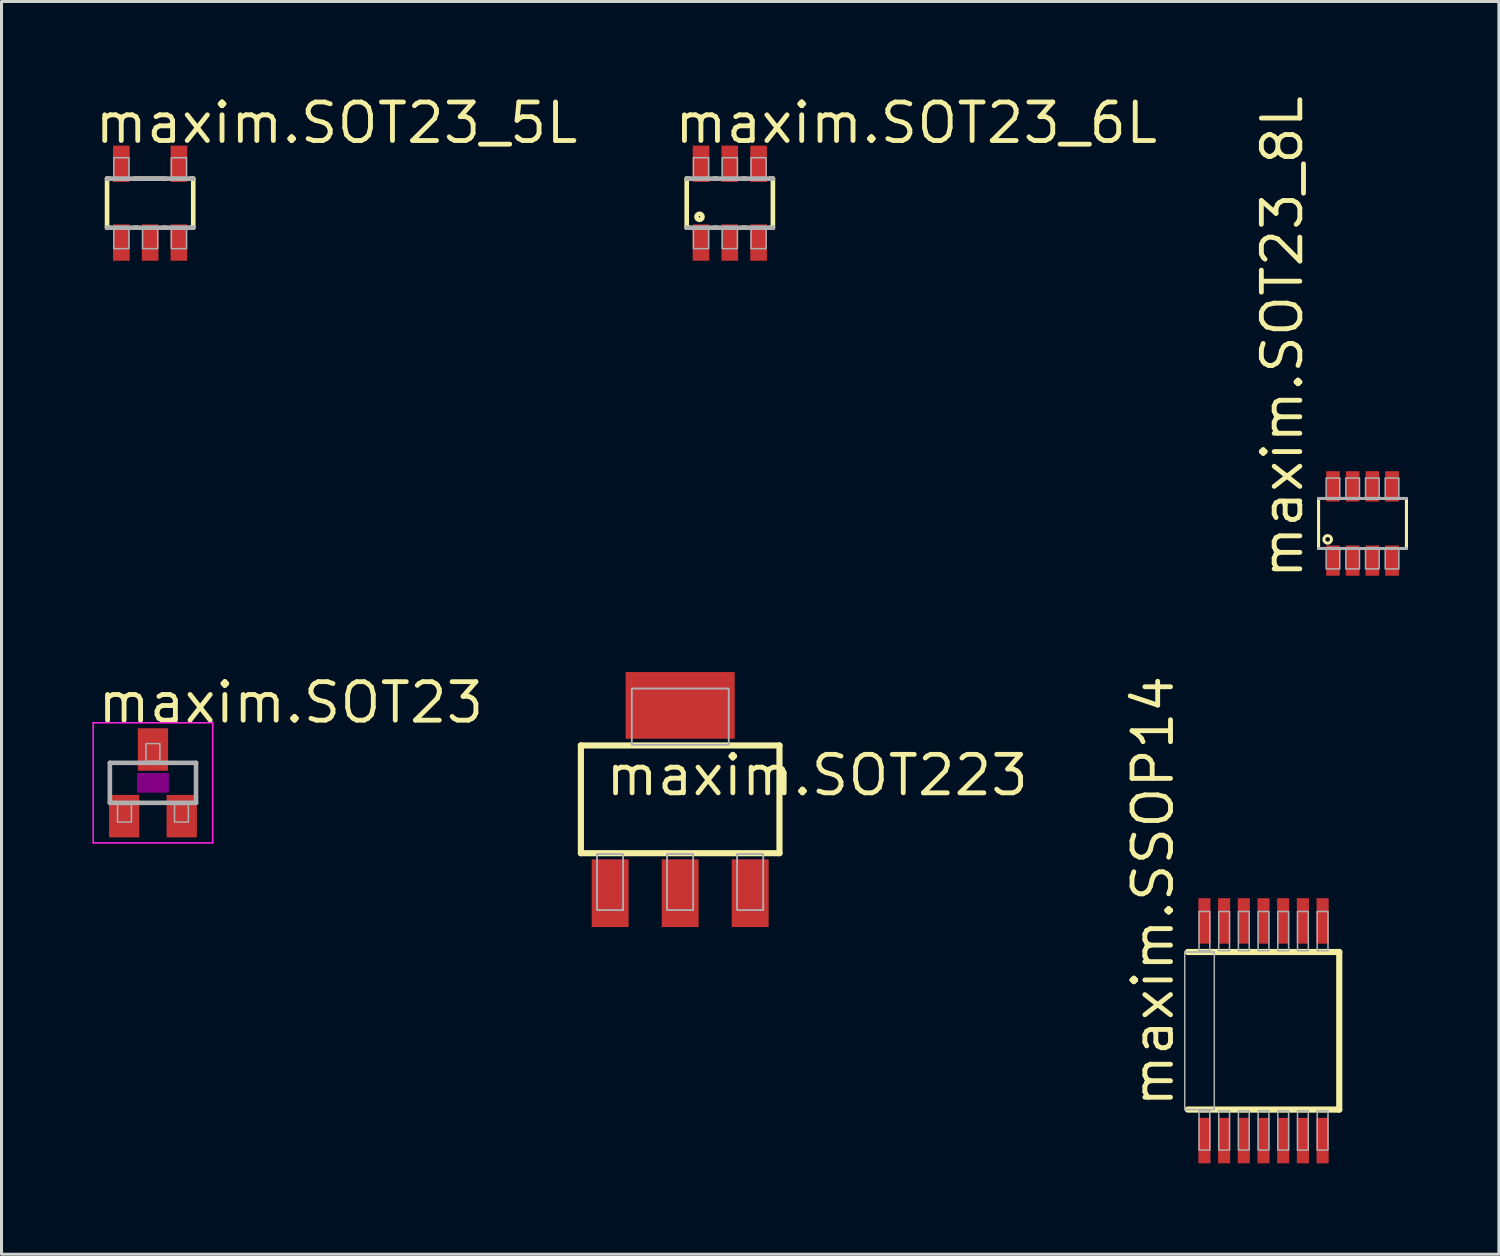
<source format=kicad_pcb>
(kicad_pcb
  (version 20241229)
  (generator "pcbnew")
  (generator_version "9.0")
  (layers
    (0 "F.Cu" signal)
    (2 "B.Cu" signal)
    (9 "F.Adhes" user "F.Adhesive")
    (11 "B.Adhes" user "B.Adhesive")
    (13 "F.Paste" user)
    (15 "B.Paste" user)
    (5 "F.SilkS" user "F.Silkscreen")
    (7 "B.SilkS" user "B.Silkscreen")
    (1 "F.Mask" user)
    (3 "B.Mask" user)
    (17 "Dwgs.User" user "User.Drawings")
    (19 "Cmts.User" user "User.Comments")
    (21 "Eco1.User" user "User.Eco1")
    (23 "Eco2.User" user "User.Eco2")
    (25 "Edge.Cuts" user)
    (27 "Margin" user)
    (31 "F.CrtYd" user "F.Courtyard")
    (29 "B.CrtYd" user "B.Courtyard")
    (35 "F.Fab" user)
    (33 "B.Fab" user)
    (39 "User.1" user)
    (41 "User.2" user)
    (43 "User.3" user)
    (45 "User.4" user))
  (footprint "maxim.SOT23_8L"
    (layer "F.Cu")
    (at 41.917 14.226)
    (property "Reference" "maxim.SOT23_8L" (at -1.905 1.905 90) (layer "F.SilkS") (effects (font (size 1.27 1.27) (thickness 0.16)) (justify left bottom)))
    (attr smd)
    (fp_line (start -1.45 0.825) (end -1.45 -0.825) (stroke (width 0.102) (type default)) (layer "F.SilkS"))
    (fp_line (start 1.45 -0.825) (end 1.45 0.825) (stroke (width 0.102) (type default)) (layer "F.SilkS"))
    (fp_circle (center -1.15 0.525) (end -1.025 0.525) (stroke (width 0.1) (type default)) (fill no) (layer "F.SilkS"))
    (fp_line (start -1.45 -0.825) (end 1.45 -0.825) (stroke (width 0.102) (type default)) (layer "F.Fab"))
    (fp_line (start 1.45 0.825) (end -1.45 0.825) (stroke (width 0.102) (type default)) (layer "F.Fab"))
    (fp_rect (start -1.2 -0.85) (end -0.75 -1.5) (stroke (width 0.05) (type default)) (fill no) (layer "F.Fab"))
    (fp_rect (start -1.2 1.5) (end -0.75 0.85) (stroke (width 0.05) (type default)) (fill no) (layer "F.Fab"))
    (fp_rect (start -0.55 -0.85) (end -0.1 -1.5) (stroke (width 0.05) (type default)) (fill no) (layer "F.Fab"))
    (fp_rect (start -0.55 1.5) (end -0.1 0.85) (stroke (width 0.05) (type default)) (fill no) (layer "F.Fab"))
    (fp_rect (start 0.1 -0.85) (end 0.55 -1.5) (stroke (width 0.05) (type default)) (fill no) (layer "F.Fab"))
    (fp_rect (start 0.1 1.5) (end 0.55 0.85) (stroke (width 0.05) (type default)) (fill no) (layer "F.Fab"))
    (fp_rect (start 0.75 -0.85) (end 1.2 -1.5) (stroke (width 0.05) (type default)) (fill no) (layer "F.Fab"))
    (fp_rect (start 0.75 1.5) (end 1.2 0.85) (stroke (width 0.05) (type default)) (fill no) (layer "F.Fab"))
    (pad "1" smd roundrect (at -0.975 1.225) (size 0.45 1) (layers "F.Cu" "F.Mask" "F.Paste") (roundrect_rratio 0.01))
    (pad "2" smd roundrect (at -0.325 1.225) (size 0.45 1) (layers "F.Cu" "F.Mask" "F.Paste") (roundrect_rratio 0.01))
    (pad "3" smd roundrect (at 0.325 1.225) (size 0.45 1) (layers "F.Cu" "F.Mask" "F.Paste") (roundrect_rratio 0.01))
    (pad "4" smd roundrect (at 0.975 1.225) (size 0.45 1) (layers "F.Cu" "F.Mask" "F.Paste") (roundrect_rratio 0.01))
    (pad "5" smd roundrect (at 0.975 -1.225 180) (size 0.45 1) (layers "F.Cu" "F.Mask" "F.Paste") (roundrect_rratio 0.01))
    (pad "6" smd roundrect (at 0.325 -1.225 180) (size 0.45 1) (layers "F.Cu" "F.Mask" "F.Paste") (roundrect_rratio 0.01))
    (pad "7" smd roundrect (at -0.325 -1.225 180) (size 0.45 1) (layers "F.Cu" "F.Mask" "F.Paste") (roundrect_rratio 0.01))
    (pad "8" smd roundrect (at -0.975 -1.225 180) (size 0.45 1) (layers "F.Cu" "F.Mask" "F.Paste") (roundrect_rratio 0.01)))
  (footprint "maxim.SOT223"
    (layer "F.Cu")
    (at 19.398 23.33)
    (property "Reference" "maxim.SOT223" (at -2.54 -0.051 0) (layer "F.SilkS") (effects (font (size 1.27 1.27) (thickness 0.16)) (justify left bottom)))
    (attr smd)
    (fp_line (start -3.277 -1.778) (end 3.277 -1.778) (stroke (width 0.203) (type default)) (layer "F.SilkS"))
    (fp_line (start -3.277 1.778) (end -3.277 -1.778) (stroke (width 0.203) (type default)) (layer "F.SilkS"))
    (fp_line (start 3.277 -1.778) (end 3.277 1.778) (stroke (width 0.203) (type default)) (layer "F.SilkS"))
    (fp_line (start 3.277 1.778) (end -3.277 1.778) (stroke (width 0.203) (type default)) (layer "F.SilkS"))
    (fp_rect (start -2.743 3.658) (end -1.88 1.803) (stroke (width 0.05) (type default)) (fill no) (layer "F.Fab"))
    (fp_rect (start -2.743 3.658) (end -1.88 1.803) (stroke (width 0.05) (type default)) (fill no) (layer "F.Fab"))
    (fp_rect (start -1.6 -1.803) (end 1.6 -3.658) (stroke (width 0.05) (type default)) (fill no) (layer "F.Fab"))
    (fp_rect (start -1.6 -1.803) (end 1.6 -3.658) (stroke (width 0.05) (type default)) (fill no) (layer "F.Fab"))
    (fp_rect (start -0.432 3.658) (end 0.432 1.803) (stroke (width 0.05) (type default)) (fill no) (layer "F.Fab"))
    (fp_rect (start -0.432 3.658) (end 0.432 1.803) (stroke (width 0.05) (type default)) (fill no) (layer "F.Fab"))
    (fp_rect (start 1.88 3.658) (end 2.743 1.803) (stroke (width 0.05) (type default)) (fill no) (layer "F.Fab"))
    (fp_rect (start 1.88 3.658) (end 2.743 1.803) (stroke (width 0.05) (type default)) (fill no) (layer "F.Fab"))
    (pad "1" smd roundrect (at 0 -3.099) (size 3.6 2.2) (layers "F.Cu" "F.Mask" "F.Paste") (roundrect_rratio 0.01))
    (pad "2" smd roundrect (at -2.311 3.099) (size 1.219 2.235) (layers "F.Cu" "F.Mask" "F.Paste") (roundrect_rratio 0.01))
    (pad "3" smd roundrect (at 2.311 3.099) (size 1.219 2.235) (layers "F.Cu" "F.Mask" "F.Paste") (roundrect_rratio 0.01))
    (pad "4" smd roundrect (at 0 3.099) (size 1.219 2.235) (layers "F.Cu" "F.Mask" "F.Paste") (roundrect_rratio 0.01)))
  (footprint "maxim.SSOP14"
    (layer "F.Cu")
    (at 38.65 30.969)
    (property "Reference" "maxim.SSOP14" (at -2.906 2.6 90) (layer "F.SilkS") (effects (font (size 1.27 1.27) (thickness 0.16)) (justify left bottom)))
    (attr smd)
    (fp_line (start -2.5 2.6) (end 2.5 2.6) (stroke (width 0.203) (type default)) (layer "F.SilkS"))
    (fp_line (start 2.5 -2.6) (end -2.5 -2.6) (stroke (width 0.203) (type default)) (layer "F.SilkS"))
    (fp_line (start 2.5 2.6) (end 2.5 -2.6) (stroke (width 0.203) (type default)) (layer "F.SilkS"))
    (fp_rect (start -2.6 2.6) (end -1.625 -2.6) (stroke (width 0.05) (type default)) (fill no) (layer "F.Fab"))
    (fp_rect (start -2.128 -2.642) (end -1.772 -3.937) (stroke (width 0.05) (type default)) (fill no) (layer "F.Fab"))
    (fp_rect (start -2.128 3.937) (end -1.772 2.642) (stroke (width 0.05) (type default)) (fill no) (layer "F.Fab"))
    (fp_rect (start -1.478 -2.642) (end -1.122 -3.937) (stroke (width 0.05) (type default)) (fill no) (layer "F.Fab"))
    (fp_rect (start -1.478 3.937) (end -1.122 2.642) (stroke (width 0.05) (type default)) (fill no) (layer "F.Fab"))
    (fp_rect (start -0.828 -2.642) (end -0.472 -3.937) (stroke (width 0.05) (type default)) (fill no) (layer "F.Fab"))
    (fp_rect (start -0.828 3.937) (end -0.472 2.642) (stroke (width 0.05) (type default)) (fill no) (layer "F.Fab"))
    (fp_rect (start -0.178 -2.642) (end 0.178 -3.937) (stroke (width 0.05) (type default)) (fill no) (layer "F.Fab"))
    (fp_rect (start -0.178 3.937) (end 0.178 2.642) (stroke (width 0.05) (type default)) (fill no) (layer "F.Fab"))
    (fp_rect (start 0.472 -2.642) (end 0.828 -3.937) (stroke (width 0.05) (type default)) (fill no) (layer "F.Fab"))
    (fp_rect (start 0.472 3.937) (end 0.828 2.642) (stroke (width 0.05) (type default)) (fill no) (layer "F.Fab"))
    (fp_rect (start 1.122 -2.642) (end 1.478 -3.937) (stroke (width 0.05) (type default)) (fill no) (layer "F.Fab"))
    (fp_rect (start 1.122 3.937) (end 1.478 2.642) (stroke (width 0.05) (type default)) (fill no) (layer "F.Fab"))
    (fp_rect (start 1.772 -2.642) (end 2.128 -3.937) (stroke (width 0.05) (type default)) (fill no) (layer "F.Fab"))
    (fp_rect (start 1.772 3.937) (end 2.128 2.642) (stroke (width 0.05) (type default)) (fill no) (layer "F.Fab"))
    (pad "1" smd roundrect (at -1.95 3.625) (size 0.4 1.5) (layers "F.Cu" "F.Mask" "F.Paste") (roundrect_rratio 0.01))
    (pad "2" smd roundrect (at -1.3 3.625) (size 0.4 1.5) (layers "F.Cu" "F.Mask" "F.Paste") (roundrect_rratio 0.01))
    (pad "3" smd roundrect (at -0.65 3.625) (size 0.4 1.5) (layers "F.Cu" "F.Mask" "F.Paste") (roundrect_rratio 0.01))
    (pad "4" smd roundrect (at 0 3.625) (size 0.4 1.5) (layers "F.Cu" "F.Mask" "F.Paste") (roundrect_rratio 0.01))
    (pad "5" smd roundrect (at 0.65 3.625) (size 0.4 1.5) (layers "F.Cu" "F.Mask" "F.Paste") (roundrect_rratio 0.01))
    (pad "6" smd roundrect (at 1.3 3.625) (size 0.4 1.5) (layers "F.Cu" "F.Mask" "F.Paste") (roundrect_rratio 0.01))
    (pad "7" smd roundrect (at 1.95 3.625) (size 0.4 1.5) (layers "F.Cu" "F.Mask" "F.Paste") (roundrect_rratio 0.01))
    (pad "8" smd roundrect (at 1.95 -3.625) (size 0.4 1.5) (layers "F.Cu" "F.Mask" "F.Paste") (roundrect_rratio 0.01))
    (pad "9" smd roundrect (at 1.3 -3.625) (size 0.4 1.5) (layers "F.Cu" "F.Mask" "F.Paste") (roundrect_rratio 0.01))
    (pad "10" smd roundrect (at 0.65 -3.625) (size 0.4 1.5) (layers "F.Cu" "F.Mask" "F.Paste") (roundrect_rratio 0.01))
    (pad "11" smd roundrect (at 0 -3.625) (size 0.4 1.5) (layers "F.Cu" "F.Mask" "F.Paste") (roundrect_rratio 0.01))
    (pad "12" smd roundrect (at -0.65 -3.625) (size 0.4 1.5) (layers "F.Cu" "F.Mask" "F.Paste") (roundrect_rratio 0.01))
    (pad "13" smd roundrect (at -1.3 -3.625) (size 0.4 1.5) (layers "F.Cu" "F.Mask" "F.Paste") (roundrect_rratio 0.01))
    (pad "14" smd roundrect (at -1.95 -3.625) (size 0.4 1.5) (layers "F.Cu" "F.Mask" "F.Paste") (roundrect_rratio 0.01)))
  (footprint "maxim.SOT23_6L"
    (layer "F.Cu")
    (at 21.036 3.655)
    (property "Reference" "maxim.SOT23_6L" (at -1.905 -1.905 0) (layer "F.SilkS") (effects (font (size 1.27 1.27) (thickness 0.16)) (justify left bottom)))
    (attr smd)
    (fp_line (start -1.422 -0.81) (end -1.328 -0.81) (stroke (width 0.152) (type default)) (layer "F.SilkS"))
    (fp_line (start -1.422 0.81) (end -1.422 -0.81) (stroke (width 0.152) (type default)) (layer "F.SilkS"))
    (fp_line (start -1.328 0.81) (end -1.422 0.81) (stroke (width 0.152) (type default)) (layer "F.SilkS"))
    (fp_line (start -0.522 -0.81) (end -0.428 -0.81) (stroke (width 0.152) (type default)) (layer "F.SilkS"))
    (fp_line (start -0.428 0.81) (end -0.522 0.81) (stroke (width 0.152) (type default)) (layer "F.SilkS"))
    (fp_line (start 0.428 -0.81) (end 0.522 -0.81) (stroke (width 0.152) (type default)) (layer "F.SilkS"))
    (fp_line (start 0.522 0.81) (end 0.428 0.81) (stroke (width 0.152) (type default)) (layer "F.SilkS"))
    (fp_line (start 1.328 -0.81) (end 1.422 -0.81) (stroke (width 0.152) (type default)) (layer "F.SilkS"))
    (fp_line (start 1.422 -0.81) (end 1.422 0.81) (stroke (width 0.152) (type default)) (layer "F.SilkS"))
    (fp_line (start 1.422 0.81) (end 1.328 0.81) (stroke (width 0.152) (type default)) (layer "F.SilkS"))
    (fp_circle (center -1 0.45) (end -0.9 0.45) (stroke (width 0.152) (type default)) (fill no) (layer "F.SilkS"))
    (fp_line (start -1.422 -0.81) (end 1.422 -0.81) (stroke (width 0.152) (type default)) (layer "F.Fab"))
    (fp_line (start 1.422 0.81) (end -1.422 0.81) (stroke (width 0.152) (type default)) (layer "F.Fab"))
    (fp_rect (start -1.2 -0.85) (end -0.7 -1.5) (stroke (width 0.05) (type default)) (fill no) (layer "F.Fab"))
    (fp_rect (start -1.2 1.5) (end -0.7 0.85) (stroke (width 0.05) (type default)) (fill no) (layer "F.Fab"))
    (fp_rect (start -0.25 -0.85) (end 0.25 -1.5) (stroke (width 0.05) (type default)) (fill no) (layer "F.Fab"))
    (fp_rect (start -0.25 1.5) (end 0.25 0.85) (stroke (width 0.05) (type default)) (fill no) (layer "F.Fab"))
    (fp_rect (start 0.7 -0.85) (end 1.2 -1.5) (stroke (width 0.05) (type default)) (fill no) (layer "F.Fab"))
    (fp_rect (start 0.7 1.5) (end 1.2 0.85) (stroke (width 0.05) (type default)) (fill no) (layer "F.Fab"))
    (pad "1" smd roundrect (at -0.95 1.3) (size 0.55 1.2) (layers "F.Cu" "F.Mask" "F.Paste") (roundrect_rratio 0.01))
    (pad "2" smd roundrect (at 0 1.3) (size 0.55 1.2) (layers "F.Cu" "F.Mask" "F.Paste") (roundrect_rratio 0.01))
    (pad "3" smd roundrect (at 0.95 1.3) (size 0.55 1.2) (layers "F.Cu" "F.Mask" "F.Paste") (roundrect_rratio 0.01))
    (pad "4" smd roundrect (at 0.95 -1.3) (size 0.55 1.2) (layers "F.Cu" "F.Mask" "F.Paste") (roundrect_rratio 0.01))
    (pad "5" smd roundrect (at 0 -1.3) (size 0.55 1.2) (layers "F.Cu" "F.Mask" "F.Paste") (roundrect_rratio 0.01))
    (pad "6" smd roundrect (at -0.95 -1.3) (size 0.55 1.2) (layers "F.Cu" "F.Mask" "F.Paste") (roundrect_rratio 0.01)))
  (footprint "maxim.SOT23"
    (layer "F.Cu")
    (at 1.998 22.786)
    (property "Reference" "maxim.SOT23" (at -1.905 -1.905 0) (layer "F.SilkS") (effects (font (size 1.27 1.27) (thickness 0.16)) (justify left bottom)))
    (attr smd)
    (fp_rect (start -0.5 0.3) (end 0.5 -0.3) (stroke (width 0.05) (type default)) (fill yes) (layer "F.Adhes"))
    (fp_line (start -1.973 -1.983) (end 1.973 -1.983) (stroke (width 0.051) (type default)) (layer "F.CrtYd"))
    (fp_line (start -1.973 1.983) (end -1.973 -1.983) (stroke (width 0.051) (type default)) (layer "F.CrtYd"))
    (fp_line (start 1.973 -1.983) (end 1.973 1.983) (stroke (width 0.051) (type default)) (layer "F.CrtYd"))
    (fp_line (start 1.973 1.983) (end -1.973 1.983) (stroke (width 0.051) (type default)) (layer "F.CrtYd"))
    (fp_line (start -1.422 -0.66) (end 1.422 -0.66) (stroke (width 0.152) (type default)) (layer "F.Fab"))
    (fp_line (start -1.422 0.66) (end -1.422 -0.66) (stroke (width 0.152) (type default)) (layer "F.Fab"))
    (fp_line (start 1.422 -0.66) (end 1.422 0.66) (stroke (width 0.152) (type default)) (layer "F.Fab"))
    (fp_line (start 1.422 0.66) (end -1.422 0.66) (stroke (width 0.152) (type default)) (layer "F.Fab"))
    (fp_rect (start -1.168 1.295) (end -0.711 0.711) (stroke (width 0.05) (type default)) (fill no) (layer "F.Fab"))
    (fp_rect (start -0.229 -0.711) (end 0.229 -1.295) (stroke (width 0.05) (type default)) (fill no) (layer "F.Fab"))
    (fp_rect (start 0.711 1.295) (end 1.168 0.711) (stroke (width 0.05) (type default)) (fill no) (layer "F.Fab"))
    (pad "1" smd roundrect (at -0.95 1.1) (size 1 1.4) (layers "F.Cu" "F.Mask" "F.Paste") (roundrect_rratio 0.01))
    (pad "2" smd roundrect (at 0.95 1.1) (size 1 1.4) (layers "F.Cu" "F.Mask" "F.Paste") (roundrect_rratio 0.01))
    (pad "3" smd roundrect (at 0 -1.1) (size 1 1.4) (layers "F.Cu" "F.Mask" "F.Paste") (roundrect_rratio 0.01)))
  (footprint "maxim.SOT23_5L"
    (layer "F.Cu")
    (at 1.905 3.655)
    (property "Reference" "maxim.SOT23_5L" (at -1.905 -1.905 0) (layer "F.SilkS") (effects (font (size 1.27 1.27) (thickness 0.16)) (justify left bottom)))
    (attr smd)
    (fp_line (start -1.422 -0.81) (end -1.328 -0.81) (stroke (width 0.152) (type default)) (layer "F.SilkS"))
    (fp_line (start -1.422 0.81) (end -1.422 -0.81) (stroke (width 0.152) (type default)) (layer "F.SilkS"))
    (fp_line (start -1.328 0.81) (end -1.422 0.81) (stroke (width 0.152) (type default)) (layer "F.SilkS"))
    (fp_line (start -0.522 -0.81) (end 0.522 -0.81) (stroke (width 0.152) (type default)) (layer "F.SilkS"))
    (fp_line (start -0.428 0.81) (end -0.522 0.81) (stroke (width 0.152) (type default)) (layer "F.SilkS"))
    (fp_line (start 0.522 0.81) (end 0.428 0.81) (stroke (width 0.152) (type default)) (layer "F.SilkS"))
    (fp_line (start 1.328 -0.81) (end 1.422 -0.81) (stroke (width 0.152) (type default)) (layer "F.SilkS"))
    (fp_line (start 1.422 -0.81) (end 1.422 0.81) (stroke (width 0.152) (type default)) (layer "F.SilkS"))
    (fp_line (start 1.422 0.81) (end 1.328 0.81) (stroke (width 0.152) (type default)) (layer "F.SilkS"))
    (fp_line (start -1.422 -0.81) (end 1.422 -0.81) (stroke (width 0.152) (type default)) (layer "F.Fab"))
    (fp_line (start 1.422 0.81) (end -1.422 0.81) (stroke (width 0.152) (type default)) (layer "F.Fab"))
    (fp_rect (start -1.2 -0.85) (end -0.7 -1.5) (stroke (width 0.05) (type default)) (fill no) (layer "F.Fab"))
    (fp_rect (start -1.2 1.5) (end -0.7 0.85) (stroke (width 0.05) (type default)) (fill no) (layer "F.Fab"))
    (fp_rect (start -0.25 1.5) (end 0.25 0.85) (stroke (width 0.05) (type default)) (fill no) (layer "F.Fab"))
    (fp_rect (start 0.7 -0.85) (end 1.2 -1.5) (stroke (width 0.05) (type default)) (fill no) (layer "F.Fab"))
    (fp_rect (start 0.7 1.5) (end 1.2 0.85) (stroke (width 0.05) (type default)) (fill no) (layer "F.Fab"))
    (pad "1" smd roundrect (at -0.95 1.3) (size 0.55 1.2) (layers "F.Cu" "F.Mask" "F.Paste") (roundrect_rratio 0.01))
    (pad "2" smd roundrect (at 0 1.3) (size 0.55 1.2) (layers "F.Cu" "F.Mask" "F.Paste") (roundrect_rratio 0.01))
    (pad "3" smd roundrect (at 0.95 1.3) (size 0.55 1.2) (layers "F.Cu" "F.Mask" "F.Paste") (roundrect_rratio 0.01))
    (pad "4" smd roundrect (at 0.95 -1.3) (size 0.55 1.2) (layers "F.Cu" "F.Mask" "F.Paste") (roundrect_rratio 0.01))
    (pad "5" smd roundrect (at -0.95 -1.3) (size 0.55 1.2) (layers "F.Cu" "F.Mask" "F.Paste") (roundrect_rratio 0.01)))
  (gr_rect
    (start -3 -3)
    (end 46.418 38.344)
    (stroke (width 0.1) (type default))
    (fill no)
    (layer "Edge.Cuts")))
</source>
